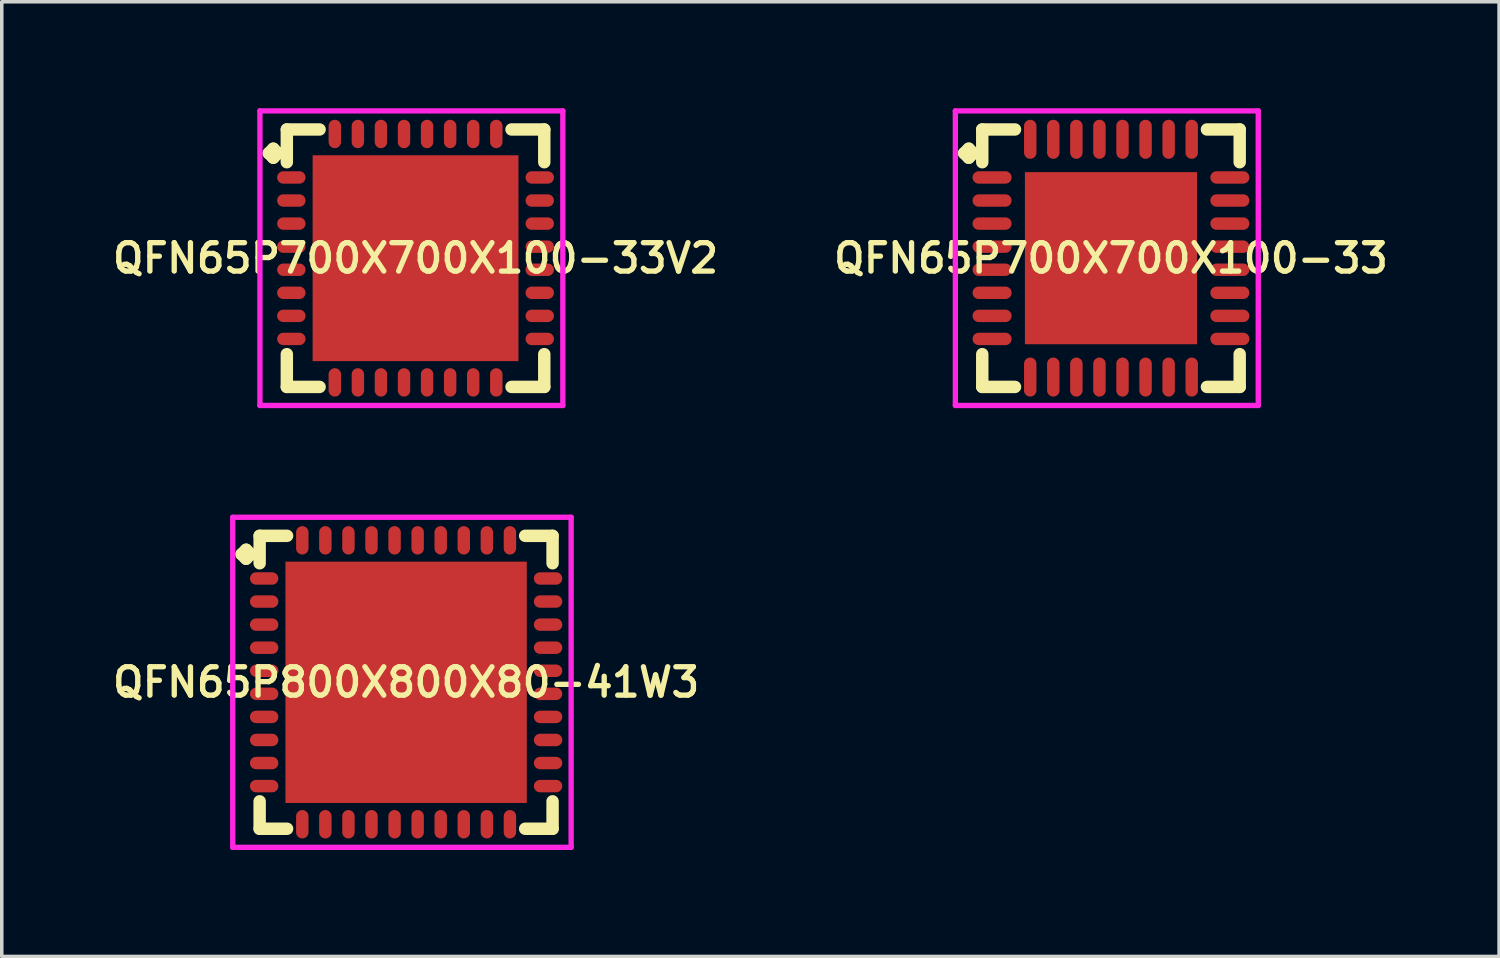
<source format=kicad_pcb>
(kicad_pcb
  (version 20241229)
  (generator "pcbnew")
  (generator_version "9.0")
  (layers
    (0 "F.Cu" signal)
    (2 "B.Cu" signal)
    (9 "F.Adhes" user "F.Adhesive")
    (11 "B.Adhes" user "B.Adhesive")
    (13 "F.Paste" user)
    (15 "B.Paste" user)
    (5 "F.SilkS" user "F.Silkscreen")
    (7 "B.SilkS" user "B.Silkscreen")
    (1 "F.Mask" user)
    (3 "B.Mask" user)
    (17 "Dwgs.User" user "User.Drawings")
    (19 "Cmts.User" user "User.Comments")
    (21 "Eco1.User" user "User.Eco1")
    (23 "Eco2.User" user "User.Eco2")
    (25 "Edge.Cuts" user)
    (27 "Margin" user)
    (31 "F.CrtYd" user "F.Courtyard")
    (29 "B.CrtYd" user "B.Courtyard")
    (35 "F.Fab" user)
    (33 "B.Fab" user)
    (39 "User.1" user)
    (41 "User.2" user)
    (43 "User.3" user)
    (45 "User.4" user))
  (footprint "QFN65P700X700X100-33V2"
    (layer "F.Cu")
    (at 8.659 4.225)
    (property "Reference" "QFN65P700X700X100-33V2" (at 0 0 0) (layer "F.SilkS") (effects (font (size 0.8 0.8) (thickness 0.15))))
    (attr smd)
    (fp_line (start -4.135 -2.958) (end -4.008 -3.085) (stroke (width 0.35) (type solid)) (layer "F.SilkS"))
    (fp_line (start -4.008 -3.085) (end -3.881 -2.958) (stroke (width 0.35) (type solid)) (layer "F.SilkS"))
    (fp_line (start -4.008 -2.831) (end -4.135 -2.958) (stroke (width 0.35) (type solid)) (layer "F.SilkS"))
    (fp_line (start -3.881 -2.958) (end -4.008 -2.831) (stroke (width 0.35) (type solid)) (layer "F.SilkS"))
    (fp_line (start -3.627 -3.627) (end -2.704 -3.627) (stroke (width 0.35) (type solid)) (layer "F.SilkS"))
    (fp_line (start -3.627 -2.704) (end -3.627 -3.627) (stroke (width 0.35) (type solid)) (layer "F.SilkS"))
    (fp_line (start -3.627 2.704) (end -3.627 3.627) (stroke (width 0.35) (type solid)) (layer "F.SilkS"))
    (fp_line (start -3.627 3.627) (end -2.704 3.627) (stroke (width 0.35) (type solid)) (layer "F.SilkS"))
    (fp_line (start 2.704 -3.627) (end 3.627 -3.627) (stroke (width 0.35) (type solid)) (layer "F.SilkS"))
    (fp_line (start 2.704 3.627) (end 3.627 3.627) (stroke (width 0.35) (type solid)) (layer "F.SilkS"))
    (fp_line (start 3.627 -3.627) (end 3.627 -2.704) (stroke (width 0.35) (type solid)) (layer "F.SilkS"))
    (fp_line (start 3.627 3.627) (end 3.627 2.704) (stroke (width 0.35) (type solid)) (layer "F.SilkS"))
    (fp_line (start -4.385 -4.15) (end 4.15 -4.15) (stroke (width 0.15) (type solid)) (layer "F.CrtYd"))
    (fp_line (start -4.385 4.15) (end -4.385 -4.15) (stroke (width 0.15) (type solid)) (layer "F.CrtYd"))
    (fp_line (start 4.15 -4.15) (end 4.15 4.15) (stroke (width 0.15) (type solid)) (layer "F.CrtYd"))
    (fp_line (start 4.15 4.15) (end -4.385 4.15) (stroke (width 0.15) (type solid)) (layer "F.CrtYd"))
    (pad "1" smd oval (at -3.5 -2.275) (size 0.8 0.35) (layers "F.Cu" "F.Mask" "F.Paste"))
    (pad "2" smd oval (at -3.5 -1.625) (size 0.8 0.35) (layers "F.Cu" "F.Mask" "F.Paste"))
    (pad "3" smd oval (at -3.5 -0.975) (size 0.8 0.35) (layers "F.Cu" "F.Mask" "F.Paste"))
    (pad "4" smd oval (at -3.5 -0.325) (size 0.8 0.35) (layers "F.Cu" "F.Mask" "F.Paste"))
    (pad "5" smd oval (at -3.5 0.325) (size 0.8 0.35) (layers "F.Cu" "F.Mask" "F.Paste"))
    (pad "6" smd oval (at -3.5 0.975) (size 0.8 0.35) (layers "F.Cu" "F.Mask" "F.Paste"))
    (pad "7" smd oval (at -3.5 1.625) (size 0.8 0.35) (layers "F.Cu" "F.Mask" "F.Paste"))
    (pad "8" smd oval (at -3.5 2.275) (size 0.8 0.35) (layers "F.Cu" "F.Mask" "F.Paste"))
    (pad "9" smd oval (at -2.275 3.5) (size 0.35 0.8) (layers "F.Cu" "F.Mask" "F.Paste"))
    (pad "10" smd oval (at -1.625 3.5) (size 0.35 0.8) (layers "F.Cu" "F.Mask" "F.Paste"))
    (pad "11" smd oval (at -0.975 3.5) (size 0.35 0.8) (layers "F.Cu" "F.Mask" "F.Paste"))
    (pad "12" smd oval (at -0.325 3.5) (size 0.35 0.8) (layers "F.Cu" "F.Mask" "F.Paste"))
    (pad "13" smd oval (at 0.325 3.5) (size 0.35 0.8) (layers "F.Cu" "F.Mask" "F.Paste"))
    (pad "14" smd oval (at 0.975 3.5) (size 0.35 0.8) (layers "F.Cu" "F.Mask" "F.Paste"))
    (pad "15" smd oval (at 1.625 3.5) (size 0.35 0.8) (layers "F.Cu" "F.Mask" "F.Paste"))
    (pad "16" smd oval (at 2.275 3.5) (size 0.35 0.8) (layers "F.Cu" "F.Mask" "F.Paste"))
    (pad "17" smd oval (at 3.5 2.275) (size 0.8 0.35) (layers "F.Cu" "F.Mask" "F.Paste"))
    (pad "18" smd oval (at 3.5 1.625) (size 0.8 0.35) (layers "F.Cu" "F.Mask" "F.Paste"))
    (pad "19" smd oval (at 3.5 0.975) (size 0.8 0.35) (layers "F.Cu" "F.Mask" "F.Paste"))
    (pad "20" smd oval (at 3.5 0.325) (size 0.8 0.35) (layers "F.Cu" "F.Mask" "F.Paste"))
    (pad "21" smd oval (at 3.5 -0.325) (size 0.8 0.35) (layers "F.Cu" "F.Mask" "F.Paste"))
    (pad "22" smd oval (at 3.5 -0.975) (size 0.8 0.35) (layers "F.Cu" "F.Mask" "F.Paste"))
    (pad "23" smd oval (at 3.5 -1.625) (size 0.8 0.35) (layers "F.Cu" "F.Mask" "F.Paste"))
    (pad "24" smd oval (at 3.5 -2.275) (size 0.8 0.35) (layers "F.Cu" "F.Mask" "F.Paste"))
    (pad "25" smd oval (at 2.275 -3.5) (size 0.35 0.8) (layers "F.Cu" "F.Mask" "F.Paste"))
    (pad "26" smd oval (at 1.625 -3.5) (size 0.35 0.8) (layers "F.Cu" "F.Mask" "F.Paste"))
    (pad "27" smd oval (at 0.975 -3.5) (size 0.35 0.8) (layers "F.Cu" "F.Mask" "F.Paste"))
    (pad "28" smd oval (at 0.325 -3.5) (size 0.35 0.8) (layers "F.Cu" "F.Mask" "F.Paste"))
    (pad "29" smd oval (at -0.325 -3.5) (size 0.35 0.8) (layers "F.Cu" "F.Mask" "F.Paste"))
    (pad "30" smd oval (at -0.975 -3.5) (size 0.35 0.8) (layers "F.Cu" "F.Mask" "F.Paste"))
    (pad "31" smd oval (at -1.625 -3.5) (size 0.35 0.8) (layers "F.Cu" "F.Mask" "F.Paste"))
    (pad "32" smd oval (at -2.275 -3.5) (size 0.35 0.8) (layers "F.Cu" "F.Mask" "F.Paste"))
    (pad "33" smd rect (at 0 0) (size 5.8 5.8) (layers "F.Cu" "F.Mask" "F.Paste")))
  (footprint "QFN65P700X700X100-33"
    (layer "F.Cu")
    (at 28.254 4.225)
    (property "Reference" "QFN65P700X700X100-33" (at 0 0 0) (layer "F.SilkS") (effects (font (size 0.8 0.8) (thickness 0.15))))
    (attr smd)
    (fp_line (start -4.135 -2.958) (end -4.008 -3.085) (stroke (width 0.35) (type solid)) (layer "F.SilkS"))
    (fp_line (start -4.008 -3.085) (end -3.881 -2.958) (stroke (width 0.35) (type solid)) (layer "F.SilkS"))
    (fp_line (start -4.008 -2.831) (end -4.135 -2.958) (stroke (width 0.35) (type solid)) (layer "F.SilkS"))
    (fp_line (start -3.881 -2.958) (end -4.008 -2.831) (stroke (width 0.35) (type solid)) (layer "F.SilkS"))
    (fp_line (start -3.627 -3.627) (end -2.704 -3.627) (stroke (width 0.35) (type solid)) (layer "F.SilkS"))
    (fp_line (start -3.627 -2.704) (end -3.627 -3.627) (stroke (width 0.35) (type solid)) (layer "F.SilkS"))
    (fp_line (start -3.627 2.704) (end -3.627 3.627) (stroke (width 0.35) (type solid)) (layer "F.SilkS"))
    (fp_line (start -3.627 3.627) (end -2.704 3.627) (stroke (width 0.35) (type solid)) (layer "F.SilkS"))
    (fp_line (start 2.704 -3.627) (end 3.627 -3.627) (stroke (width 0.35) (type solid)) (layer "F.SilkS"))
    (fp_line (start 2.704 3.627) (end 3.627 3.627) (stroke (width 0.35) (type solid)) (layer "F.SilkS"))
    (fp_line (start 3.627 -3.627) (end 3.627 -2.704) (stroke (width 0.35) (type solid)) (layer "F.SilkS"))
    (fp_line (start 3.627 3.627) (end 3.627 2.704) (stroke (width 0.35) (type solid)) (layer "F.SilkS"))
    (fp_line (start -4.385 -4.15) (end 4.15 -4.15) (stroke (width 0.15) (type solid)) (layer "F.CrtYd"))
    (fp_line (start -4.385 4.15) (end -4.385 -4.15) (stroke (width 0.15) (type solid)) (layer "F.CrtYd"))
    (fp_line (start 4.15 -4.15) (end 4.15 4.15) (stroke (width 0.15) (type solid)) (layer "F.CrtYd"))
    (fp_line (start 4.15 4.15) (end -4.385 4.15) (stroke (width 0.15) (type solid)) (layer "F.CrtYd"))
    (pad "1" smd oval (at -3.35 -2.275) (size 1.1 0.35) (layers "F.Cu" "F.Mask" "F.Paste"))
    (pad "2" smd oval (at -3.35 -1.625) (size 1.1 0.35) (layers "F.Cu" "F.Mask" "F.Paste"))
    (pad "3" smd oval (at -3.35 -0.975) (size 1.1 0.35) (layers "F.Cu" "F.Mask" "F.Paste"))
    (pad "4" smd oval (at -3.35 -0.325) (size 1.1 0.35) (layers "F.Cu" "F.Mask" "F.Paste"))
    (pad "5" smd oval (at -3.35 0.325) (size 1.1 0.35) (layers "F.Cu" "F.Mask" "F.Paste"))
    (pad "6" smd oval (at -3.35 0.975) (size 1.1 0.35) (layers "F.Cu" "F.Mask" "F.Paste"))
    (pad "7" smd oval (at -3.35 1.625) (size 1.1 0.35) (layers "F.Cu" "F.Mask" "F.Paste"))
    (pad "8" smd oval (at -3.35 2.275) (size 1.1 0.35) (layers "F.Cu" "F.Mask" "F.Paste"))
    (pad "9" smd oval (at -2.275 3.35) (size 0.35 1.1) (layers "F.Cu" "F.Mask" "F.Paste"))
    (pad "10" smd oval (at -1.625 3.35) (size 0.35 1.1) (layers "F.Cu" "F.Mask" "F.Paste"))
    (pad "11" smd oval (at -0.975 3.35) (size 0.35 1.1) (layers "F.Cu" "F.Mask" "F.Paste"))
    (pad "12" smd oval (at -0.325 3.35) (size 0.35 1.1) (layers "F.Cu" "F.Mask" "F.Paste"))
    (pad "13" smd oval (at 0.325 3.35) (size 0.35 1.1) (layers "F.Cu" "F.Mask" "F.Paste"))
    (pad "14" smd oval (at 0.975 3.35) (size 0.35 1.1) (layers "F.Cu" "F.Mask" "F.Paste"))
    (pad "15" smd oval (at 1.625 3.35) (size 0.35 1.1) (layers "F.Cu" "F.Mask" "F.Paste"))
    (pad "16" smd oval (at 2.275 3.35) (size 0.35 1.1) (layers "F.Cu" "F.Mask" "F.Paste"))
    (pad "17" smd oval (at 3.35 2.275) (size 1.1 0.35) (layers "F.Cu" "F.Mask" "F.Paste"))
    (pad "18" smd oval (at 3.35 1.625) (size 1.1 0.35) (layers "F.Cu" "F.Mask" "F.Paste"))
    (pad "19" smd oval (at 3.35 0.975) (size 1.1 0.35) (layers "F.Cu" "F.Mask" "F.Paste"))
    (pad "20" smd oval (at 3.35 0.325) (size 1.1 0.35) (layers "F.Cu" "F.Mask" "F.Paste"))
    (pad "21" smd oval (at 3.35 -0.325) (size 1.1 0.35) (layers "F.Cu" "F.Mask" "F.Paste"))
    (pad "22" smd oval (at 3.35 -0.975) (size 1.1 0.35) (layers "F.Cu" "F.Mask" "F.Paste"))
    (pad "23" smd oval (at 3.35 -1.625) (size 1.1 0.35) (layers "F.Cu" "F.Mask" "F.Paste"))
    (pad "24" smd oval (at 3.35 -2.275) (size 1.1 0.35) (layers "F.Cu" "F.Mask" "F.Paste"))
    (pad "25" smd oval (at 2.275 -3.35) (size 0.35 1.1) (layers "F.Cu" "F.Mask" "F.Paste"))
    (pad "26" smd oval (at 1.625 -3.35) (size 0.35 1.1) (layers "F.Cu" "F.Mask" "F.Paste"))
    (pad "27" smd oval (at 0.975 -3.35) (size 0.35 1.1) (layers "F.Cu" "F.Mask" "F.Paste"))
    (pad "28" smd oval (at 0.325 -3.35) (size 0.35 1.1) (layers "F.Cu" "F.Mask" "F.Paste"))
    (pad "29" smd oval (at -0.325 -3.35) (size 0.35 1.1) (layers "F.Cu" "F.Mask" "F.Paste"))
    (pad "30" smd oval (at -0.975 -3.35) (size 0.35 1.1) (layers "F.Cu" "F.Mask" "F.Paste"))
    (pad "31" smd oval (at -1.625 -3.35) (size 0.35 1.1) (layers "F.Cu" "F.Mask" "F.Paste"))
    (pad "32" smd oval (at -2.275 -3.35) (size 0.35 1.1) (layers "F.Cu" "F.Mask" "F.Paste"))
    (pad "33" smd rect (at 0 0) (size 4.85 4.85) (layers "F.Cu" "F.Mask" "F.Paste")))
  (footprint "QFN65P800X800X80-41W3"
    (layer "F.Cu")
    (at 8.393 16.175)
    (property "Reference" "QFN65P800X800X80-41W3" (at 0 0 0) (layer "F.SilkS") (effects (font (size 0.8 0.8) (thickness 0.15))))
    (attr smd)
    (fp_line (start -4.635 -3.608) (end -4.508 -3.735) (stroke (width 0.35) (type solid)) (layer "F.SilkS"))
    (fp_line (start -4.508 -3.735) (end -4.381 -3.608) (stroke (width 0.35) (type solid)) (layer "F.SilkS"))
    (fp_line (start -4.508 -3.481) (end -4.635 -3.608) (stroke (width 0.35) (type solid)) (layer "F.SilkS"))
    (fp_line (start -4.381 -3.608) (end -4.508 -3.481) (stroke (width 0.35) (type solid)) (layer "F.SilkS"))
    (fp_line (start -4.127 -4.127) (end -3.354 -4.127) (stroke (width 0.35) (type solid)) (layer "F.SilkS"))
    (fp_line (start -4.127 -3.354) (end -4.127 -4.127) (stroke (width 0.35) (type solid)) (layer "F.SilkS"))
    (fp_line (start -4.127 3.354) (end -4.127 4.127) (stroke (width 0.35) (type solid)) (layer "F.SilkS"))
    (fp_line (start -4.127 4.127) (end -3.354 4.127) (stroke (width 0.35) (type solid)) (layer "F.SilkS"))
    (fp_line (start 3.354 -4.127) (end 4.127 -4.127) (stroke (width 0.35) (type solid)) (layer "F.SilkS"))
    (fp_line (start 3.354 4.127) (end 4.127 4.127) (stroke (width 0.35) (type solid)) (layer "F.SilkS"))
    (fp_line (start 4.127 -4.127) (end 4.127 -3.354) (stroke (width 0.35) (type solid)) (layer "F.SilkS"))
    (fp_line (start 4.127 4.127) (end 4.127 3.354) (stroke (width 0.35) (type solid)) (layer "F.SilkS"))
    (fp_line (start -4.885 -4.65) (end 4.65 -4.65) (stroke (width 0.15) (type solid)) (layer "F.CrtYd"))
    (fp_line (start -4.885 4.65) (end -4.885 -4.65) (stroke (width 0.15) (type solid)) (layer "F.CrtYd"))
    (fp_line (start 4.65 -4.65) (end 4.65 4.65) (stroke (width 0.15) (type solid)) (layer "F.CrtYd"))
    (fp_line (start 4.65 4.65) (end -4.885 4.65) (stroke (width 0.15) (type solid)) (layer "F.CrtYd"))
    (pad "1" smd oval (at -4 -2.925) (size 0.8 0.35) (layers "F.Cu" "F.Mask" "F.Paste"))
    (pad "2" smd oval (at -4 -2.275) (size 0.8 0.35) (layers "F.Cu" "F.Mask" "F.Paste"))
    (pad "3" smd oval (at -4 -1.625) (size 0.8 0.35) (layers "F.Cu" "F.Mask" "F.Paste"))
    (pad "4" smd oval (at -4 -0.975) (size 0.8 0.35) (layers "F.Cu" "F.Mask" "F.Paste"))
    (pad "5" smd oval (at -4 -0.325) (size 0.8 0.35) (layers "F.Cu" "F.Mask" "F.Paste"))
    (pad "6" smd oval (at -4 0.325) (size 0.8 0.35) (layers "F.Cu" "F.Mask" "F.Paste"))
    (pad "7" smd oval (at -4 0.975) (size 0.8 0.35) (layers "F.Cu" "F.Mask" "F.Paste"))
    (pad "8" smd oval (at -4 1.625) (size 0.8 0.35) (layers "F.Cu" "F.Mask" "F.Paste"))
    (pad "9" smd oval (at -4 2.275) (size 0.8 0.35) (layers "F.Cu" "F.Mask" "F.Paste"))
    (pad "10" smd oval (at -4 2.925) (size 0.8 0.35) (layers "F.Cu" "F.Mask" "F.Paste"))
    (pad "11" smd oval (at -2.925 4) (size 0.35 0.8) (layers "F.Cu" "F.Mask" "F.Paste"))
    (pad "12" smd oval (at -2.275 4) (size 0.35 0.8) (layers "F.Cu" "F.Mask" "F.Paste"))
    (pad "13" smd oval (at -1.625 4) (size 0.35 0.8) (layers "F.Cu" "F.Mask" "F.Paste"))
    (pad "14" smd oval (at -0.975 4) (size 0.35 0.8) (layers "F.Cu" "F.Mask" "F.Paste"))
    (pad "15" smd oval (at -0.325 4) (size 0.35 0.8) (layers "F.Cu" "F.Mask" "F.Paste"))
    (pad "16" smd oval (at 0.325 4) (size 0.35 0.8) (layers "F.Cu" "F.Mask" "F.Paste"))
    (pad "17" smd oval (at 0.975 4) (size 0.35 0.8) (layers "F.Cu" "F.Mask" "F.Paste"))
    (pad "18" smd oval (at 1.625 4) (size 0.35 0.8) (layers "F.Cu" "F.Mask" "F.Paste"))
    (pad "19" smd oval (at 2.275 4) (size 0.35 0.8) (layers "F.Cu" "F.Mask" "F.Paste"))
    (pad "20" smd oval (at 2.925 4) (size 0.35 0.8) (layers "F.Cu" "F.Mask" "F.Paste"))
    (pad "21" smd oval (at 4 2.925) (size 0.8 0.35) (layers "F.Cu" "F.Mask" "F.Paste"))
    (pad "22" smd oval (at 4 2.275) (size 0.8 0.35) (layers "F.Cu" "F.Mask" "F.Paste"))
    (pad "23" smd oval (at 4 1.625) (size 0.8 0.35) (layers "F.Cu" "F.Mask" "F.Paste"))
    (pad "24" smd oval (at 4 0.975) (size 0.8 0.35) (layers "F.Cu" "F.Mask" "F.Paste"))
    (pad "25" smd oval (at 4 0.325) (size 0.8 0.35) (layers "F.Cu" "F.Mask" "F.Paste"))
    (pad "26" smd oval (at 4 -0.325) (size 0.8 0.35) (layers "F.Cu" "F.Mask" "F.Paste"))
    (pad "27" smd oval (at 4 -0.975) (size 0.8 0.35) (layers "F.Cu" "F.Mask" "F.Paste"))
    (pad "28" smd oval (at 4 -1.625) (size 0.8 0.35) (layers "F.Cu" "F.Mask" "F.Paste"))
    (pad "29" smd oval (at 4 -2.275) (size 0.8 0.35) (layers "F.Cu" "F.Mask" "F.Paste"))
    (pad "30" smd oval (at 4 -2.925) (size 0.8 0.35) (layers "F.Cu" "F.Mask" "F.Paste"))
    (pad "31" smd oval (at 2.925 -4) (size 0.35 0.8) (layers "F.Cu" "F.Mask" "F.Paste"))
    (pad "32" smd oval (at 2.275 -4) (size 0.35 0.8) (layers "F.Cu" "F.Mask" "F.Paste"))
    (pad "33" smd oval (at 1.625 -4) (size 0.35 0.8) (layers "F.Cu" "F.Mask" "F.Paste"))
    (pad "34" smd oval (at 0.975 -4) (size 0.35 0.8) (layers "F.Cu" "F.Mask" "F.Paste"))
    (pad "35" smd oval (at 0.325 -4) (size 0.35 0.8) (layers "F.Cu" "F.Mask" "F.Paste"))
    (pad "36" smd oval (at -0.325 -4) (size 0.35 0.8) (layers "F.Cu" "F.Mask" "F.Paste"))
    (pad "37" smd oval (at -0.975 -4) (size 0.35 0.8) (layers "F.Cu" "F.Mask" "F.Paste"))
    (pad "38" smd oval (at -1.625 -4) (size 0.35 0.8) (layers "F.Cu" "F.Mask" "F.Paste"))
    (pad "39" smd oval (at -2.275 -4) (size 0.35 0.8) (layers "F.Cu" "F.Mask" "F.Paste"))
    (pad "40" smd oval (at -2.925 -4) (size 0.35 0.8) (layers "F.Cu" "F.Mask" "F.Paste"))
    (pad "41" smd rect (at 0 0) (size 6.8 6.8) (layers "F.Cu" "F.Mask" "F.Paste")))
  (gr_rect
    (start -3 -3)
    (end 39.19 23.9)
    (stroke (width 0.1) (type default))
    (fill no)
    (layer "Edge.Cuts")))
</source>
